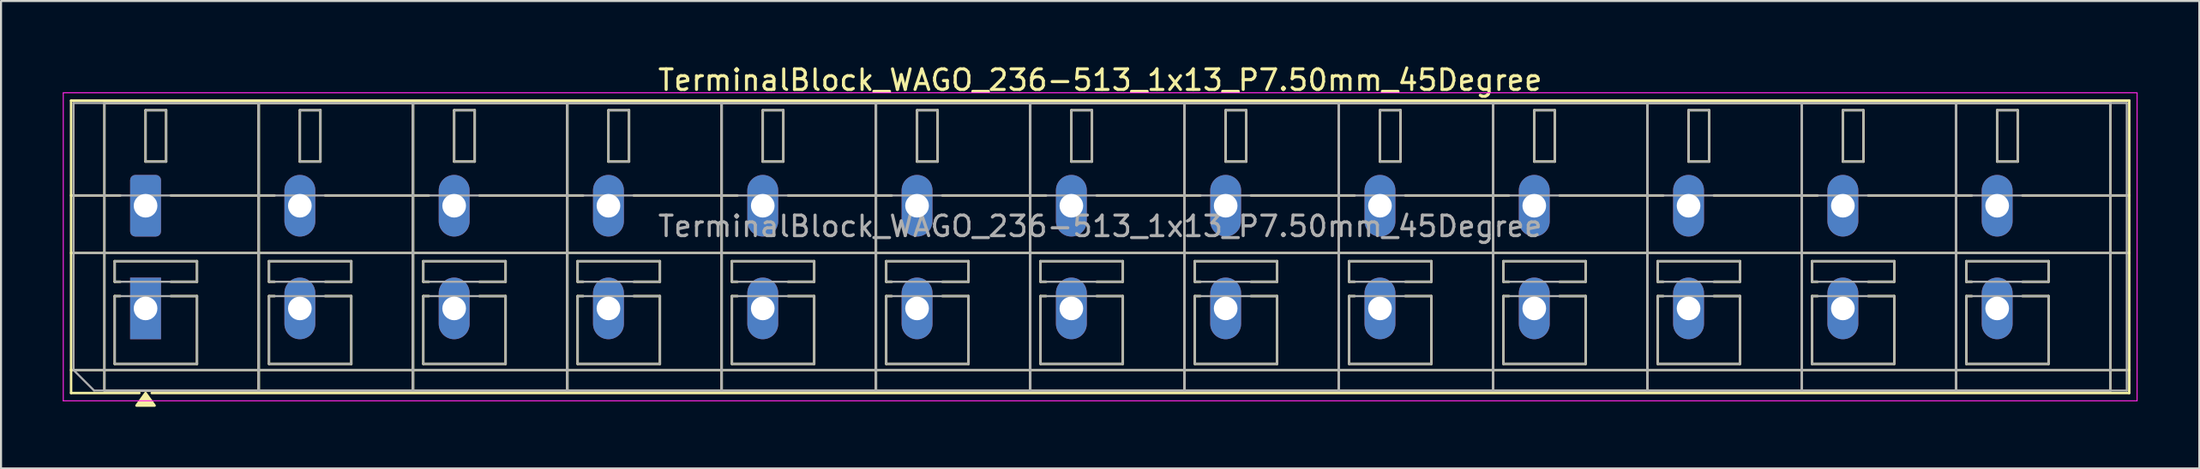
<source format=kicad_pcb>
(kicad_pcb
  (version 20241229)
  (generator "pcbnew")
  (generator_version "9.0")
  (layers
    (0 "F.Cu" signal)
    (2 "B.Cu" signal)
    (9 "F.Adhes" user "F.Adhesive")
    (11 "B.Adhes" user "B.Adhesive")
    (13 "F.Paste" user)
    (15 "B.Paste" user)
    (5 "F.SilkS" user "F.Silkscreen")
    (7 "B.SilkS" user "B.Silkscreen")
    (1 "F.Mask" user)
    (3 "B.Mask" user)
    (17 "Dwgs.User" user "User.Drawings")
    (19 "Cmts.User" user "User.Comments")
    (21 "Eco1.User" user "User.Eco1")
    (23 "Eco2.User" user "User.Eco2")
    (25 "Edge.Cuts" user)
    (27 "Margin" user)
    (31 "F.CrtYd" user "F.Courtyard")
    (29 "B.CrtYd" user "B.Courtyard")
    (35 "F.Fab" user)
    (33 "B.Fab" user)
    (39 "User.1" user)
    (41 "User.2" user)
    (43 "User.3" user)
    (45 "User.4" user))
  (footprint "TerminalBlock_WAGO_236-513_1x13_P7.50mm_45Degree"
    (layer "F.Cu")
    (at 4.025 6.968)
    (property "Reference" "TerminalBlock_WAGO_236-513_1x13_P7.50mm_45Degree" (at 46.4 -6.12 0) (layer "F.SilkS") (effects (font (size 1 1) (thickness 0.15))))
    (attr through_hole)
    (fp_line (start -3.62 -5.12) (end -3.62 9.12) (stroke (width 0.12) (type solid)) (layer "F.SilkS"))
    (fp_line (start -3.62 -5.12) (end 96.42 -5.12) (stroke (width 0.12) (type solid)) (layer "F.SilkS"))
    (fp_line (start -3.62 -0.5) (end -1.23 -0.5) (stroke (width 0.12) (type solid)) (layer "F.SilkS"))
    (fp_line (start -3.62 2.3) (end 96.42 2.3) (stroke (width 0.12) (type solid)) (layer "F.SilkS"))
    (fp_line (start -3.62 8) (end 96.42 8) (stroke (width 0.12) (type solid)) (layer "F.SilkS"))
    (fp_line (start -3.62 9.12) (end -0.3 9.12) (stroke (width 0.12) (type solid)) (layer "F.SilkS"))
    (fp_line (start -2 -5) (end -2 9) (stroke (width 0.12) (type solid)) (layer "F.SilkS"))
    (fp_line (start -2 -5) (end 5.5 -5) (stroke (width 0.12) (type solid)) (layer "F.SilkS"))
    (fp_line (start -2 9) (end 5.5 9) (stroke (width 0.12) (type solid)) (layer "F.SilkS"))
    (fp_line (start -1.5 2.7) (end -1.5 3.7) (stroke (width 0.12) (type solid)) (layer "F.SilkS"))
    (fp_line (start -1.5 2.7) (end 2.5 2.7) (stroke (width 0.12) (type solid)) (layer "F.SilkS"))
    (fp_line (start -1.5 3.7) (end -1.23 3.7) (stroke (width 0.12) (type solid)) (layer "F.SilkS"))
    (fp_line (start -1.5 4.4) (end -1.5 7.7) (stroke (width 0.12) (type solid)) (layer "F.SilkS"))
    (fp_line (start -1.5 4.4) (end -1.23 4.4) (stroke (width 0.12) (type solid)) (layer "F.SilkS"))
    (fp_line (start -1.5 7.7) (end 2.5 7.7) (stroke (width 0.12) (type solid)) (layer "F.SilkS"))
    (fp_line (start 0 -4.65) (end 0 -2.15) (stroke (width 0.12) (type solid)) (layer "F.SilkS"))
    (fp_line (start 0 -4.65) (end 1 -4.65) (stroke (width 0.12) (type solid)) (layer "F.SilkS"))
    (fp_line (start 0 -2.15) (end 1 -2.15) (stroke (width 0.12) (type solid)) (layer "F.SilkS"))
    (fp_line (start 0.3 9.12) (end 96.42 9.12) (stroke (width 0.12) (type solid)) (layer "F.SilkS"))
    (fp_line (start 1 -4.65) (end 1 -2.15) (stroke (width 0.12) (type solid)) (layer "F.SilkS"))
    (fp_line (start 1.23 -0.5) (end 6.27 -0.5) (stroke (width 0.12) (type solid)) (layer "F.SilkS"))
    (fp_line (start 1.23 3.7) (end 2.5 3.7) (stroke (width 0.12) (type solid)) (layer "F.SilkS"))
    (fp_line (start 1.23 4.4) (end 2.5 4.4) (stroke (width 0.12) (type solid)) (layer "F.SilkS"))
    (fp_line (start 2.5 2.7) (end 2.5 3.7) (stroke (width 0.12) (type solid)) (layer "F.SilkS"))
    (fp_line (start 2.5 4.4) (end 2.5 7.7) (stroke (width 0.12) (type solid)) (layer "F.SilkS"))
    (fp_line (start 5.5 -5) (end 5.5 9) (stroke (width 0.12) (type solid)) (layer "F.SilkS"))
    (fp_line (start 5.5 -5) (end 5.5 9) (stroke (width 0.12) (type solid)) (layer "F.SilkS"))
    (fp_line (start 5.5 -5) (end 13 -5) (stroke (width 0.12) (type solid)) (layer "F.SilkS"))
    (fp_line (start 5.5 9) (end 13 9) (stroke (width 0.12) (type solid)) (layer "F.SilkS"))
    (fp_line (start 6 2.7) (end 6 3.7) (stroke (width 0.12) (type solid)) (layer "F.SilkS"))
    (fp_line (start 6 2.7) (end 10 2.7) (stroke (width 0.12) (type solid)) (layer "F.SilkS"))
    (fp_line (start 6 3.7) (end 6.27 3.7) (stroke (width 0.12) (type solid)) (layer "F.SilkS"))
    (fp_line (start 6 4.4) (end 6 7.7) (stroke (width 0.12) (type solid)) (layer "F.SilkS"))
    (fp_line (start 6 4.4) (end 6.27 4.4) (stroke (width 0.12) (type solid)) (layer "F.SilkS"))
    (fp_line (start 6 7.7) (end 10 7.7) (stroke (width 0.12) (type solid)) (layer "F.SilkS"))
    (fp_line (start 7.5 -4.65) (end 7.5 -2.15) (stroke (width 0.12) (type solid)) (layer "F.SilkS"))
    (fp_line (start 7.5 -4.65) (end 8.5 -4.65) (stroke (width 0.12) (type solid)) (layer "F.SilkS"))
    (fp_line (start 7.5 -2.15) (end 8.5 -2.15) (stroke (width 0.12) (type solid)) (layer "F.SilkS"))
    (fp_line (start 8.5 -4.65) (end 8.5 -2.15) (stroke (width 0.12) (type solid)) (layer "F.SilkS"))
    (fp_line (start 8.73 -0.5) (end 13.77 -0.5) (stroke (width 0.12) (type solid)) (layer "F.SilkS"))
    (fp_line (start 8.73 3.7) (end 10 3.7) (stroke (width 0.12) (type solid)) (layer "F.SilkS"))
    (fp_line (start 8.73 4.4) (end 10 4.4) (stroke (width 0.12) (type solid)) (layer "F.SilkS"))
    (fp_line (start 10 2.7) (end 10 3.7) (stroke (width 0.12) (type solid)) (layer "F.SilkS"))
    (fp_line (start 10 4.4) (end 10 7.7) (stroke (width 0.12) (type solid)) (layer "F.SilkS"))
    (fp_line (start 13 -5) (end 13 9) (stroke (width 0.12) (type solid)) (layer "F.SilkS"))
    (fp_line (start 13 -5) (end 13 9) (stroke (width 0.12) (type solid)) (layer "F.SilkS"))
    (fp_line (start 13 -5) (end 20.5 -5) (stroke (width 0.12) (type solid)) (layer "F.SilkS"))
    (fp_line (start 13 9) (end 20.5 9) (stroke (width 0.12) (type solid)) (layer "F.SilkS"))
    (fp_line (start 13.5 2.7) (end 13.5 3.7) (stroke (width 0.12) (type solid)) (layer "F.SilkS"))
    (fp_line (start 13.5 2.7) (end 17.5 2.7) (stroke (width 0.12) (type solid)) (layer "F.SilkS"))
    (fp_line (start 13.5 3.7) (end 13.77 3.7) (stroke (width 0.12) (type solid)) (layer "F.SilkS"))
    (fp_line (start 13.5 4.4) (end 13.5 7.7) (stroke (width 0.12) (type solid)) (layer "F.SilkS"))
    (fp_line (start 13.5 4.4) (end 13.77 4.4) (stroke (width 0.12) (type solid)) (layer "F.SilkS"))
    (fp_line (start 13.5 7.7) (end 17.5 7.7) (stroke (width 0.12) (type solid)) (layer "F.SilkS"))
    (fp_line (start 15 -4.65) (end 15 -2.15) (stroke (width 0.12) (type solid)) (layer "F.SilkS"))
    (fp_line (start 15 -4.65) (end 16 -4.65) (stroke (width 0.12) (type solid)) (layer "F.SilkS"))
    (fp_line (start 15 -2.15) (end 16 -2.15) (stroke (width 0.12) (type solid)) (layer "F.SilkS"))
    (fp_line (start 16 -4.65) (end 16 -2.15) (stroke (width 0.12) (type solid)) (layer "F.SilkS"))
    (fp_line (start 16.23 -0.5) (end 21.27 -0.5) (stroke (width 0.12) (type solid)) (layer "F.SilkS"))
    (fp_line (start 16.23 3.7) (end 17.5 3.7) (stroke (width 0.12) (type solid)) (layer "F.SilkS"))
    (fp_line (start 16.23 4.4) (end 17.5 4.4) (stroke (width 0.12) (type solid)) (layer "F.SilkS"))
    (fp_line (start 17.5 2.7) (end 17.5 3.7) (stroke (width 0.12) (type solid)) (layer "F.SilkS"))
    (fp_line (start 17.5 4.4) (end 17.5 7.7) (stroke (width 0.12) (type solid)) (layer "F.SilkS"))
    (fp_line (start 20.5 -5) (end 20.5 9) (stroke (width 0.12) (type solid)) (layer "F.SilkS"))
    (fp_line (start 20.5 -5) (end 20.5 9) (stroke (width 0.12) (type solid)) (layer "F.SilkS"))
    (fp_line (start 20.5 -5) (end 28 -5) (stroke (width 0.12) (type solid)) (layer "F.SilkS"))
    (fp_line (start 20.5 9) (end 28 9) (stroke (width 0.12) (type solid)) (layer "F.SilkS"))
    (fp_line (start 21 2.7) (end 21 3.7) (stroke (width 0.12) (type solid)) (layer "F.SilkS"))
    (fp_line (start 21 2.7) (end 25 2.7) (stroke (width 0.12) (type solid)) (layer "F.SilkS"))
    (fp_line (start 21 3.7) (end 21.27 3.7) (stroke (width 0.12) (type solid)) (layer "F.SilkS"))
    (fp_line (start 21 4.4) (end 21 7.7) (stroke (width 0.12) (type solid)) (layer "F.SilkS"))
    (fp_line (start 21 4.4) (end 21.27 4.4) (stroke (width 0.12) (type solid)) (layer "F.SilkS"))
    (fp_line (start 21 7.7) (end 25 7.7) (stroke (width 0.12) (type solid)) (layer "F.SilkS"))
    (fp_line (start 22.5 -4.65) (end 22.5 -2.15) (stroke (width 0.12) (type solid)) (layer "F.SilkS"))
    (fp_line (start 22.5 -4.65) (end 23.5 -4.65) (stroke (width 0.12) (type solid)) (layer "F.SilkS"))
    (fp_line (start 22.5 -2.15) (end 23.5 -2.15) (stroke (width 0.12) (type solid)) (layer "F.SilkS"))
    (fp_line (start 23.5 -4.65) (end 23.5 -2.15) (stroke (width 0.12) (type solid)) (layer "F.SilkS"))
    (fp_line (start 23.73 -0.5) (end 28.77 -0.5) (stroke (width 0.12) (type solid)) (layer "F.SilkS"))
    (fp_line (start 23.73 3.7) (end 25 3.7) (stroke (width 0.12) (type solid)) (layer "F.SilkS"))
    (fp_line (start 23.73 4.4) (end 25 4.4) (stroke (width 0.12) (type solid)) (layer "F.SilkS"))
    (fp_line (start 25 2.7) (end 25 3.7) (stroke (width 0.12) (type solid)) (layer "F.SilkS"))
    (fp_line (start 25 4.4) (end 25 7.7) (stroke (width 0.12) (type solid)) (layer "F.SilkS"))
    (fp_line (start 28 -5) (end 28 9) (stroke (width 0.12) (type solid)) (layer "F.SilkS"))
    (fp_line (start 28 -5) (end 28 9) (stroke (width 0.12) (type solid)) (layer "F.SilkS"))
    (fp_line (start 28 -5) (end 35.5 -5) (stroke (width 0.12) (type solid)) (layer "F.SilkS"))
    (fp_line (start 28 9) (end 35.5 9) (stroke (width 0.12) (type solid)) (layer "F.SilkS"))
    (fp_line (start 28.5 2.7) (end 28.5 3.7) (stroke (width 0.12) (type solid)) (layer "F.SilkS"))
    (fp_line (start 28.5 2.7) (end 32.5 2.7) (stroke (width 0.12) (type solid)) (layer "F.SilkS"))
    (fp_line (start 28.5 3.7) (end 28.77 3.7) (stroke (width 0.12) (type solid)) (layer "F.SilkS"))
    (fp_line (start 28.5 4.4) (end 28.5 7.7) (stroke (width 0.12) (type solid)) (layer "F.SilkS"))
    (fp_line (start 28.5 4.4) (end 28.77 4.4) (stroke (width 0.12) (type solid)) (layer "F.SilkS"))
    (fp_line (start 28.5 7.7) (end 32.5 7.7) (stroke (width 0.12) (type solid)) (layer "F.SilkS"))
    (fp_line (start 30 -4.65) (end 30 -2.15) (stroke (width 0.12) (type solid)) (layer "F.SilkS"))
    (fp_line (start 30 -4.65) (end 31 -4.65) (stroke (width 0.12) (type solid)) (layer "F.SilkS"))
    (fp_line (start 30 -2.15) (end 31 -2.15) (stroke (width 0.12) (type solid)) (layer "F.SilkS"))
    (fp_line (start 31 -4.65) (end 31 -2.15) (stroke (width 0.12) (type solid)) (layer "F.SilkS"))
    (fp_line (start 31.23 -0.5) (end 36.27 -0.5) (stroke (width 0.12) (type solid)) (layer "F.SilkS"))
    (fp_line (start 31.23 3.7) (end 32.5 3.7) (stroke (width 0.12) (type solid)) (layer "F.SilkS"))
    (fp_line (start 31.23 4.4) (end 32.5 4.4) (stroke (width 0.12) (type solid)) (layer "F.SilkS"))
    (fp_line (start 32.5 2.7) (end 32.5 3.7) (stroke (width 0.12) (type solid)) (layer "F.SilkS"))
    (fp_line (start 32.5 4.4) (end 32.5 7.7) (stroke (width 0.12) (type solid)) (layer "F.SilkS"))
    (fp_line (start 35.5 -5) (end 35.5 9) (stroke (width 0.12) (type solid)) (layer "F.SilkS"))
    (fp_line (start 35.5 -5) (end 35.5 9) (stroke (width 0.12) (type solid)) (layer "F.SilkS"))
    (fp_line (start 35.5 -5) (end 43 -5) (stroke (width 0.12) (type solid)) (layer "F.SilkS"))
    (fp_line (start 35.5 9) (end 43 9) (stroke (width 0.12) (type solid)) (layer "F.SilkS"))
    (fp_line (start 36 2.7) (end 36 3.7) (stroke (width 0.12) (type solid)) (layer "F.SilkS"))
    (fp_line (start 36 2.7) (end 40 2.7) (stroke (width 0.12) (type solid)) (layer "F.SilkS"))
    (fp_line (start 36 3.7) (end 36.27 3.7) (stroke (width 0.12) (type solid)) (layer "F.SilkS"))
    (fp_line (start 36 4.4) (end 36 7.7) (stroke (width 0.12) (type solid)) (layer "F.SilkS"))
    (fp_line (start 36 4.4) (end 36.27 4.4) (stroke (width 0.12) (type solid)) (layer "F.SilkS"))
    (fp_line (start 36 7.7) (end 40 7.7) (stroke (width 0.12) (type solid)) (layer "F.SilkS"))
    (fp_line (start 37.5 -4.65) (end 37.5 -2.15) (stroke (width 0.12) (type solid)) (layer "F.SilkS"))
    (fp_line (start 37.5 -4.65) (end 38.5 -4.65) (stroke (width 0.12) (type solid)) (layer "F.SilkS"))
    (fp_line (start 37.5 -2.15) (end 38.5 -2.15) (stroke (width 0.12) (type solid)) (layer "F.SilkS"))
    (fp_line (start 38.5 -4.65) (end 38.5 -2.15) (stroke (width 0.12) (type solid)) (layer "F.SilkS"))
    (fp_line (start 38.73 -0.5) (end 43.77 -0.5) (stroke (width 0.12) (type solid)) (layer "F.SilkS"))
    (fp_line (start 38.73 3.7) (end 40 3.7) (stroke (width 0.12) (type solid)) (layer "F.SilkS"))
    (fp_line (start 38.73 4.4) (end 40 4.4) (stroke (width 0.12) (type solid)) (layer "F.SilkS"))
    (fp_line (start 40 2.7) (end 40 3.7) (stroke (width 0.12) (type solid)) (layer "F.SilkS"))
    (fp_line (start 40 4.4) (end 40 7.7) (stroke (width 0.12) (type solid)) (layer "F.SilkS"))
    (fp_line (start 43 -5) (end 43 9) (stroke (width 0.12) (type solid)) (layer "F.SilkS"))
    (fp_line (start 43 -5) (end 43 9) (stroke (width 0.12) (type solid)) (layer "F.SilkS"))
    (fp_line (start 43 -5) (end 50.5 -5) (stroke (width 0.12) (type solid)) (layer "F.SilkS"))
    (fp_line (start 43 9) (end 50.5 9) (stroke (width 0.12) (type solid)) (layer "F.SilkS"))
    (fp_line (start 43.5 2.7) (end 43.5 3.7) (stroke (width 0.12) (type solid)) (layer "F.SilkS"))
    (fp_line (start 43.5 2.7) (end 47.5 2.7) (stroke (width 0.12) (type solid)) (layer "F.SilkS"))
    (fp_line (start 43.5 3.7) (end 43.77 3.7) (stroke (width 0.12) (type solid)) (layer "F.SilkS"))
    (fp_line (start 43.5 4.4) (end 43.5 7.7) (stroke (width 0.12) (type solid)) (layer "F.SilkS"))
    (fp_line (start 43.5 4.4) (end 43.77 4.4) (stroke (width 0.12) (type solid)) (layer "F.SilkS"))
    (fp_line (start 43.5 7.7) (end 47.5 7.7) (stroke (width 0.12) (type solid)) (layer "F.SilkS"))
    (fp_line (start 45 -4.65) (end 45 -2.15) (stroke (width 0.12) (type solid)) (layer "F.SilkS"))
    (fp_line (start 45 -4.65) (end 46 -4.65) (stroke (width 0.12) (type solid)) (layer "F.SilkS"))
    (fp_line (start 45 -2.15) (end 46 -2.15) (stroke (width 0.12) (type solid)) (layer "F.SilkS"))
    (fp_line (start 46 -4.65) (end 46 -2.15) (stroke (width 0.12) (type solid)) (layer "F.SilkS"))
    (fp_line (start 46.23 -0.5) (end 51.27 -0.5) (stroke (width 0.12) (type solid)) (layer "F.SilkS"))
    (fp_line (start 46.23 3.7) (end 47.5 3.7) (stroke (width 0.12) (type solid)) (layer "F.SilkS"))
    (fp_line (start 46.23 4.4) (end 47.5 4.4) (stroke (width 0.12) (type solid)) (layer "F.SilkS"))
    (fp_line (start 47.5 2.7) (end 47.5 3.7) (stroke (width 0.12) (type solid)) (layer "F.SilkS"))
    (fp_line (start 47.5 4.4) (end 47.5 7.7) (stroke (width 0.12) (type solid)) (layer "F.SilkS"))
    (fp_line (start 50.5 -5) (end 50.5 9) (stroke (width 0.12) (type solid)) (layer "F.SilkS"))
    (fp_line (start 50.5 -5) (end 50.5 9) (stroke (width 0.12) (type solid)) (layer "F.SilkS"))
    (fp_line (start 50.5 -5) (end 58 -5) (stroke (width 0.12) (type solid)) (layer "F.SilkS"))
    (fp_line (start 50.5 9) (end 58 9) (stroke (width 0.12) (type solid)) (layer "F.SilkS"))
    (fp_line (start 51 2.7) (end 51 3.7) (stroke (width 0.12) (type solid)) (layer "F.SilkS"))
    (fp_line (start 51 2.7) (end 55 2.7) (stroke (width 0.12) (type solid)) (layer "F.SilkS"))
    (fp_line (start 51 3.7) (end 51.27 3.7) (stroke (width 0.12) (type solid)) (layer "F.SilkS"))
    (fp_line (start 51 4.4) (end 51 7.7) (stroke (width 0.12) (type solid)) (layer "F.SilkS"))
    (fp_line (start 51 4.4) (end 51.27 4.4) (stroke (width 0.12) (type solid)) (layer "F.SilkS"))
    (fp_line (start 51 7.7) (end 55 7.7) (stroke (width 0.12) (type solid)) (layer "F.SilkS"))
    (fp_line (start 52.5 -4.65) (end 52.5 -2.15) (stroke (width 0.12) (type solid)) (layer "F.SilkS"))
    (fp_line (start 52.5 -4.65) (end 53.5 -4.65) (stroke (width 0.12) (type solid)) (layer "F.SilkS"))
    (fp_line (start 52.5 -2.15) (end 53.5 -2.15) (stroke (width 0.12) (type solid)) (layer "F.SilkS"))
    (fp_line (start 53.5 -4.65) (end 53.5 -2.15) (stroke (width 0.12) (type solid)) (layer "F.SilkS"))
    (fp_line (start 53.73 -0.5) (end 58.77 -0.5) (stroke (width 0.12) (type solid)) (layer "F.SilkS"))
    (fp_line (start 53.73 3.7) (end 55 3.7) (stroke (width 0.12) (type solid)) (layer "F.SilkS"))
    (fp_line (start 53.73 4.4) (end 55 4.4) (stroke (width 0.12) (type solid)) (layer "F.SilkS"))
    (fp_line (start 55 2.7) (end 55 3.7) (stroke (width 0.12) (type solid)) (layer "F.SilkS"))
    (fp_line (start 55 4.4) (end 55 7.7) (stroke (width 0.12) (type solid)) (layer "F.SilkS"))
    (fp_line (start 58 -5) (end 58 9) (stroke (width 0.12) (type solid)) (layer "F.SilkS"))
    (fp_line (start 58 -5) (end 58 9) (stroke (width 0.12) (type solid)) (layer "F.SilkS"))
    (fp_line (start 58 -5) (end 65.5 -5) (stroke (width 0.12) (type solid)) (layer "F.SilkS"))
    (fp_line (start 58 9) (end 65.5 9) (stroke (width 0.12) (type solid)) (layer "F.SilkS"))
    (fp_line (start 58.5 2.7) (end 58.5 3.7) (stroke (width 0.12) (type solid)) (layer "F.SilkS"))
    (fp_line (start 58.5 2.7) (end 62.5 2.7) (stroke (width 0.12) (type solid)) (layer "F.SilkS"))
    (fp_line (start 58.5 3.7) (end 58.77 3.7) (stroke (width 0.12) (type solid)) (layer "F.SilkS"))
    (fp_line (start 58.5 4.4) (end 58.5 7.7) (stroke (width 0.12) (type solid)) (layer "F.SilkS"))
    (fp_line (start 58.5 4.4) (end 58.77 4.4) (stroke (width 0.12) (type solid)) (layer "F.SilkS"))
    (fp_line (start 58.5 7.7) (end 62.5 7.7) (stroke (width 0.12) (type solid)) (layer "F.SilkS"))
    (fp_line (start 60 -4.65) (end 60 -2.15) (stroke (width 0.12) (type solid)) (layer "F.SilkS"))
    (fp_line (start 60 -4.65) (end 61 -4.65) (stroke (width 0.12) (type solid)) (layer "F.SilkS"))
    (fp_line (start 60 -2.15) (end 61 -2.15) (stroke (width 0.12) (type solid)) (layer "F.SilkS"))
    (fp_line (start 61 -4.65) (end 61 -2.15) (stroke (width 0.12) (type solid)) (layer "F.SilkS"))
    (fp_line (start 61.23 -0.5) (end 66.27 -0.5) (stroke (width 0.12) (type solid)) (layer "F.SilkS"))
    (fp_line (start 61.23 3.7) (end 62.5 3.7) (stroke (width 0.12) (type solid)) (layer "F.SilkS"))
    (fp_line (start 61.23 4.4) (end 62.5 4.4) (stroke (width 0.12) (type solid)) (layer "F.SilkS"))
    (fp_line (start 62.5 2.7) (end 62.5 3.7) (stroke (width 0.12) (type solid)) (layer "F.SilkS"))
    (fp_line (start 62.5 4.4) (end 62.5 7.7) (stroke (width 0.12) (type solid)) (layer "F.SilkS"))
    (fp_line (start 65.5 -5) (end 65.5 9) (stroke (width 0.12) (type solid)) (layer "F.SilkS"))
    (fp_line (start 65.5 -5) (end 65.5 9) (stroke (width 0.12) (type solid)) (layer "F.SilkS"))
    (fp_line (start 65.5 -5) (end 73 -5) (stroke (width 0.12) (type solid)) (layer "F.SilkS"))
    (fp_line (start 65.5 9) (end 73 9) (stroke (width 0.12) (type solid)) (layer "F.SilkS"))
    (fp_line (start 66 2.7) (end 66 3.7) (stroke (width 0.12) (type solid)) (layer "F.SilkS"))
    (fp_line (start 66 2.7) (end 70 2.7) (stroke (width 0.12) (type solid)) (layer "F.SilkS"))
    (fp_line (start 66 3.7) (end 66.27 3.7) (stroke (width 0.12) (type solid)) (layer "F.SilkS"))
    (fp_line (start 66 4.4) (end 66 7.7) (stroke (width 0.12) (type solid)) (layer "F.SilkS"))
    (fp_line (start 66 4.4) (end 66.27 4.4) (stroke (width 0.12) (type solid)) (layer "F.SilkS"))
    (fp_line (start 66 7.7) (end 70 7.7) (stroke (width 0.12) (type solid)) (layer "F.SilkS"))
    (fp_line (start 67.5 -4.65) (end 67.5 -2.15) (stroke (width 0.12) (type solid)) (layer "F.SilkS"))
    (fp_line (start 67.5 -4.65) (end 68.5 -4.65) (stroke (width 0.12) (type solid)) (layer "F.SilkS"))
    (fp_line (start 67.5 -2.15) (end 68.5 -2.15) (stroke (width 0.12) (type solid)) (layer "F.SilkS"))
    (fp_line (start 68.5 -4.65) (end 68.5 -2.15) (stroke (width 0.12) (type solid)) (layer "F.SilkS"))
    (fp_line (start 68.73 -0.5) (end 73.77 -0.5) (stroke (width 0.12) (type solid)) (layer "F.SilkS"))
    (fp_line (start 68.73 3.7) (end 70 3.7) (stroke (width 0.12) (type solid)) (layer "F.SilkS"))
    (fp_line (start 68.73 4.4) (end 70 4.4) (stroke (width 0.12) (type solid)) (layer "F.SilkS"))
    (fp_line (start 70 2.7) (end 70 3.7) (stroke (width 0.12) (type solid)) (layer "F.SilkS"))
    (fp_line (start 70 4.4) (end 70 7.7) (stroke (width 0.12) (type solid)) (layer "F.SilkS"))
    (fp_line (start 73 -5) (end 73 9) (stroke (width 0.12) (type solid)) (layer "F.SilkS"))
    (fp_line (start 73 -5) (end 73 9) (stroke (width 0.12) (type solid)) (layer "F.SilkS"))
    (fp_line (start 73 -5) (end 80.5 -5) (stroke (width 0.12) (type solid)) (layer "F.SilkS"))
    (fp_line (start 73 9) (end 80.5 9) (stroke (width 0.12) (type solid)) (layer "F.SilkS"))
    (fp_line (start 73.5 2.7) (end 73.5 3.7) (stroke (width 0.12) (type solid)) (layer "F.SilkS"))
    (fp_line (start 73.5 2.7) (end 77.5 2.7) (stroke (width 0.12) (type solid)) (layer "F.SilkS"))
    (fp_line (start 73.5 3.7) (end 73.77 3.7) (stroke (width 0.12) (type solid)) (layer "F.SilkS"))
    (fp_line (start 73.5 4.4) (end 73.5 7.7) (stroke (width 0.12) (type solid)) (layer "F.SilkS"))
    (fp_line (start 73.5 4.4) (end 73.77 4.4) (stroke (width 0.12) (type solid)) (layer "F.SilkS"))
    (fp_line (start 73.5 7.7) (end 77.5 7.7) (stroke (width 0.12) (type solid)) (layer "F.SilkS"))
    (fp_line (start 75 -4.65) (end 75 -2.15) (stroke (width 0.12) (type solid)) (layer "F.SilkS"))
    (fp_line (start 75 -4.65) (end 76 -4.65) (stroke (width 0.12) (type solid)) (layer "F.SilkS"))
    (fp_line (start 75 -2.15) (end 76 -2.15) (stroke (width 0.12) (type solid)) (layer "F.SilkS"))
    (fp_line (start 76 -4.65) (end 76 -2.15) (stroke (width 0.12) (type solid)) (layer "F.SilkS"))
    (fp_line (start 76.23 -0.5) (end 81.27 -0.5) (stroke (width 0.12) (type solid)) (layer "F.SilkS"))
    (fp_line (start 76.23 3.7) (end 77.5 3.7) (stroke (width 0.12) (type solid)) (layer "F.SilkS"))
    (fp_line (start 76.23 4.4) (end 77.5 4.4) (stroke (width 0.12) (type solid)) (layer "F.SilkS"))
    (fp_line (start 77.5 2.7) (end 77.5 3.7) (stroke (width 0.12) (type solid)) (layer "F.SilkS"))
    (fp_line (start 77.5 4.4) (end 77.5 7.7) (stroke (width 0.12) (type solid)) (layer "F.SilkS"))
    (fp_line (start 80.5 -5) (end 80.5 9) (stroke (width 0.12) (type solid)) (layer "F.SilkS"))
    (fp_line (start 80.5 -5) (end 80.5 9) (stroke (width 0.12) (type solid)) (layer "F.SilkS"))
    (fp_line (start 80.5 -5) (end 88 -5) (stroke (width 0.12) (type solid)) (layer "F.SilkS"))
    (fp_line (start 80.5 9) (end 88 9) (stroke (width 0.12) (type solid)) (layer "F.SilkS"))
    (fp_line (start 81 2.7) (end 81 3.7) (stroke (width 0.12) (type solid)) (layer "F.SilkS"))
    (fp_line (start 81 2.7) (end 85 2.7) (stroke (width 0.12) (type solid)) (layer "F.SilkS"))
    (fp_line (start 81 3.7) (end 81.27 3.7) (stroke (width 0.12) (type solid)) (layer "F.SilkS"))
    (fp_line (start 81 4.4) (end 81 7.7) (stroke (width 0.12) (type solid)) (layer "F.SilkS"))
    (fp_line (start 81 4.4) (end 81.27 4.4) (stroke (width 0.12) (type solid)) (layer "F.SilkS"))
    (fp_line (start 81 7.7) (end 85 7.7) (stroke (width 0.12) (type solid)) (layer "F.SilkS"))
    (fp_line (start 82.5 -4.65) (end 82.5 -2.15) (stroke (width 0.12) (type solid)) (layer "F.SilkS"))
    (fp_line (start 82.5 -4.65) (end 83.5 -4.65) (stroke (width 0.12) (type solid)) (layer "F.SilkS"))
    (fp_line (start 82.5 -2.15) (end 83.5 -2.15) (stroke (width 0.12) (type solid)) (layer "F.SilkS"))
    (fp_line (start 83.5 -4.65) (end 83.5 -2.15) (stroke (width 0.12) (type solid)) (layer "F.SilkS"))
    (fp_line (start 83.73 -0.5) (end 88.77 -0.5) (stroke (width 0.12) (type solid)) (layer "F.SilkS"))
    (fp_line (start 83.73 3.7) (end 85 3.7) (stroke (width 0.12) (type solid)) (layer "F.SilkS"))
    (fp_line (start 83.73 4.4) (end 85 4.4) (stroke (width 0.12) (type solid)) (layer "F.SilkS"))
    (fp_line (start 85 2.7) (end 85 3.7) (stroke (width 0.12) (type solid)) (layer "F.SilkS"))
    (fp_line (start 85 4.4) (end 85 7.7) (stroke (width 0.12) (type solid)) (layer "F.SilkS"))
    (fp_line (start 88 -5) (end 88 9) (stroke (width 0.12) (type solid)) (layer "F.SilkS"))
    (fp_line (start 88 -5) (end 88 9) (stroke (width 0.12) (type solid)) (layer "F.SilkS"))
    (fp_line (start 88 -5) (end 95.5 -5) (stroke (width 0.12) (type solid)) (layer "F.SilkS"))
    (fp_line (start 88 9) (end 95.5 9) (stroke (width 0.12) (type solid)) (layer "F.SilkS"))
    (fp_line (start 88.5 2.7) (end 88.5 3.7) (stroke (width 0.12) (type solid)) (layer "F.SilkS"))
    (fp_line (start 88.5 2.7) (end 92.5 2.7) (stroke (width 0.12) (type solid)) (layer "F.SilkS"))
    (fp_line (start 88.5 3.7) (end 88.77 3.7) (stroke (width 0.12) (type solid)) (layer "F.SilkS"))
    (fp_line (start 88.5 4.4) (end 88.5 7.7) (stroke (width 0.12) (type solid)) (layer "F.SilkS"))
    (fp_line (start 88.5 4.4) (end 88.77 4.4) (stroke (width 0.12) (type solid)) (layer "F.SilkS"))
    (fp_line (start 88.5 7.7) (end 92.5 7.7) (stroke (width 0.12) (type solid)) (layer "F.SilkS"))
    (fp_line (start 90 -4.65) (end 90 -2.15) (stroke (width 0.12) (type solid)) (layer "F.SilkS"))
    (fp_line (start 90 -4.65) (end 91 -4.65) (stroke (width 0.12) (type solid)) (layer "F.SilkS"))
    (fp_line (start 90 -2.15) (end 91 -2.15) (stroke (width 0.12) (type solid)) (layer "F.SilkS"))
    (fp_line (start 91 -4.65) (end 91 -2.15) (stroke (width 0.12) (type solid)) (layer "F.SilkS"))
    (fp_line (start 91.23 -0.5) (end 96.42 -0.5) (stroke (width 0.12) (type solid)) (layer "F.SilkS"))
    (fp_line (start 91.23 3.7) (end 92.5 3.7) (stroke (width 0.12) (type solid)) (layer "F.SilkS"))
    (fp_line (start 91.23 4.4) (end 92.5 4.4) (stroke (width 0.12) (type solid)) (layer "F.SilkS"))
    (fp_line (start 92.5 2.7) (end 92.5 3.7) (stroke (width 0.12) (type solid)) (layer "F.SilkS"))
    (fp_line (start 92.5 4.4) (end 92.5 7.7) (stroke (width 0.12) (type solid)) (layer "F.SilkS"))
    (fp_line (start 95.5 -5) (end 95.5 9) (stroke (width 0.12) (type solid)) (layer "F.SilkS"))
    (fp_line (start 96.42 -5.12) (end 96.42 9.12) (stroke (width 0.12) (type solid)) (layer "F.SilkS"))
    (fp_poly (pts (xy 0 9.12) (xy 0.44 9.73) (xy -0.44 9.73)) (stroke (width 0.12) (type solid)) (fill yes) (layer "F.SilkS"))
    (fp_line (start -4 -5.5) (end -4 9.5) (stroke (width 0.05) (type solid)) (layer "F.CrtYd"))
    (fp_line (start -4 9.5) (end 96.8 9.5) (stroke (width 0.05) (type solid)) (layer "F.CrtYd"))
    (fp_line (start 96.8 -5.5) (end -4 -5.5) (stroke (width 0.05) (type solid)) (layer "F.CrtYd"))
    (fp_line (start 96.8 9.5) (end 96.8 -5.5) (stroke (width 0.05) (type solid)) (layer "F.CrtYd"))
    (fp_line (start -3.5 -5) (end 96.3 -5) (stroke (width 0.1) (type solid)) (layer "F.Fab"))
    (fp_line (start -3.5 -0.5) (end 96.3 -0.5) (stroke (width 0.1) (type solid)) (layer "F.Fab"))
    (fp_line (start -3.5 2.3) (end 96.3 2.3) (stroke (width 0.1) (type solid)) (layer "F.Fab"))
    (fp_line (start -3.5 8) (end -3.5 -5) (stroke (width 0.1) (type solid)) (layer "F.Fab"))
    (fp_line (start -3.5 8) (end 96.3 8) (stroke (width 0.1) (type solid)) (layer "F.Fab"))
    (fp_line (start -2.5 9) (end -3.5 8) (stroke (width 0.1) (type solid)) (layer "F.Fab"))
    (fp_line (start -2 -5) (end -2 9) (stroke (width 0.1) (type solid)) (layer "F.Fab"))
    (fp_line (start -2 9) (end 5.5 9) (stroke (width 0.1) (type solid)) (layer "F.Fab"))
    (fp_line (start -1.5 2.7) (end -1.5 3.7) (stroke (width 0.1) (type solid)) (layer "F.Fab"))
    (fp_line (start -1.5 3.7) (end 2.5 3.7) (stroke (width 0.1) (type solid)) (layer "F.Fab"))
    (fp_line (start -1.5 4.4) (end -1.5 7.7) (stroke (width 0.1) (type solid)) (layer "F.Fab"))
    (fp_line (start -1.5 7.7) (end 2.5 7.7) (stroke (width 0.1) (type solid)) (layer "F.Fab"))
    (fp_line (start 0 -4.65) (end 0 -2.15) (stroke (width 0.1) (type solid)) (layer "F.Fab"))
    (fp_line (start 0 -2.15) (end 1 -2.15) (stroke (width 0.1) (type solid)) (layer "F.Fab"))
    (fp_line (start 1 -4.65) (end 0 -4.65) (stroke (width 0.1) (type solid)) (layer "F.Fab"))
    (fp_line (start 1 -2.15) (end 1 -4.65) (stroke (width 0.1) (type solid)) (layer "F.Fab"))
    (fp_line (start 2.5 2.7) (end -1.5 2.7) (stroke (width 0.1) (type solid)) (layer "F.Fab"))
    (fp_line (start 2.5 3.7) (end 2.5 2.7) (stroke (width 0.1) (type solid)) (layer "F.Fab"))
    (fp_line (start 2.5 4.4) (end -1.5 4.4) (stroke (width 0.1) (type solid)) (layer "F.Fab"))
    (fp_line (start 2.5 7.7) (end 2.5 4.4) (stroke (width 0.1) (type solid)) (layer "F.Fab"))
    (fp_line (start 5.5 -5) (end -2 -5) (stroke (width 0.1) (type solid)) (layer "F.Fab"))
    (fp_line (start 5.5 -5) (end 5.5 9) (stroke (width 0.1) (type solid)) (layer "F.Fab"))
    (fp_line (start 5.5 9) (end 5.5 -5) (stroke (width 0.1) (type solid)) (layer "F.Fab"))
    (fp_line (start 5.5 9) (end 13 9) (stroke (width 0.1) (type solid)) (layer "F.Fab"))
    (fp_line (start 6 2.7) (end 6 3.7) (stroke (width 0.1) (type solid)) (layer "F.Fab"))
    (fp_line (start 6 3.7) (end 10 3.7) (stroke (width 0.1) (type solid)) (layer "F.Fab"))
    (fp_line (start 6 4.4) (end 6 7.7) (stroke (width 0.1) (type solid)) (layer "F.Fab"))
    (fp_line (start 6 7.7) (end 10 7.7) (stroke (width 0.1) (type solid)) (layer "F.Fab"))
    (fp_line (start 7.5 -4.65) (end 7.5 -2.15) (stroke (width 0.1) (type solid)) (layer "F.Fab"))
    (fp_line (start 7.5 -2.15) (end 8.5 -2.15) (stroke (width 0.1) (type solid)) (layer "F.Fab"))
    (fp_line (start 8.5 -4.65) (end 7.5 -4.65) (stroke (width 0.1) (type solid)) (layer "F.Fab"))
    (fp_line (start 8.5 -2.15) (end 8.5 -4.65) (stroke (width 0.1) (type solid)) (layer "F.Fab"))
    (fp_line (start 10 2.7) (end 6 2.7) (stroke (width 0.1) (type solid)) (layer "F.Fab"))
    (fp_line (start 10 3.7) (end 10 2.7) (stroke (width 0.1) (type solid)) (layer "F.Fab"))
    (fp_line (start 10 4.4) (end 6 4.4) (stroke (width 0.1) (type solid)) (layer "F.Fab"))
    (fp_line (start 10 7.7) (end 10 4.4) (stroke (width 0.1) (type solid)) (layer "F.Fab"))
    (fp_line (start 13 -5) (end 5.5 -5) (stroke (width 0.1) (type solid)) (layer "F.Fab"))
    (fp_line (start 13 -5) (end 13 9) (stroke (width 0.1) (type solid)) (layer "F.Fab"))
    (fp_line (start 13 9) (end 13 -5) (stroke (width 0.1) (type solid)) (layer "F.Fab"))
    (fp_line (start 13 9) (end 20.5 9) (stroke (width 0.1) (type solid)) (layer "F.Fab"))
    (fp_line (start 13.5 2.7) (end 13.5 3.7) (stroke (width 0.1) (type solid)) (layer "F.Fab"))
    (fp_line (start 13.5 3.7) (end 17.5 3.7) (stroke (width 0.1) (type solid)) (layer "F.Fab"))
    (fp_line (start 13.5 4.4) (end 13.5 7.7) (stroke (width 0.1) (type solid)) (layer "F.Fab"))
    (fp_line (start 13.5 7.7) (end 17.5 7.7) (stroke (width 0.1) (type solid)) (layer "F.Fab"))
    (fp_line (start 15 -4.65) (end 15 -2.15) (stroke (width 0.1) (type solid)) (layer "F.Fab"))
    (fp_line (start 15 -2.15) (end 16 -2.15) (stroke (width 0.1) (type solid)) (layer "F.Fab"))
    (fp_line (start 16 -4.65) (end 15 -4.65) (stroke (width 0.1) (type solid)) (layer "F.Fab"))
    (fp_line (start 16 -2.15) (end 16 -4.65) (stroke (width 0.1) (type solid)) (layer "F.Fab"))
    (fp_line (start 17.5 2.7) (end 13.5 2.7) (stroke (width 0.1) (type solid)) (layer "F.Fab"))
    (fp_line (start 17.5 3.7) (end 17.5 2.7) (stroke (width 0.1) (type solid)) (layer "F.Fab"))
    (fp_line (start 17.5 4.4) (end 13.5 4.4) (stroke (width 0.1) (type solid)) (layer "F.Fab"))
    (fp_line (start 17.5 7.7) (end 17.5 4.4) (stroke (width 0.1) (type solid)) (layer "F.Fab"))
    (fp_line (start 20.5 -5) (end 13 -5) (stroke (width 0.1) (type solid)) (layer "F.Fab"))
    (fp_line (start 20.5 -5) (end 20.5 9) (stroke (width 0.1) (type solid)) (layer "F.Fab"))
    (fp_line (start 20.5 9) (end 20.5 -5) (stroke (width 0.1) (type solid)) (layer "F.Fab"))
    (fp_line (start 20.5 9) (end 28 9) (stroke (width 0.1) (type solid)) (layer "F.Fab"))
    (fp_line (start 21 2.7) (end 21 3.7) (stroke (width 0.1) (type solid)) (layer "F.Fab"))
    (fp_line (start 21 3.7) (end 25 3.7) (stroke (width 0.1) (type solid)) (layer "F.Fab"))
    (fp_line (start 21 4.4) (end 21 7.7) (stroke (width 0.1) (type solid)) (layer "F.Fab"))
    (fp_line (start 21 7.7) (end 25 7.7) (stroke (width 0.1) (type solid)) (layer "F.Fab"))
    (fp_line (start 22.5 -4.65) (end 22.5 -2.15) (stroke (width 0.1) (type solid)) (layer "F.Fab"))
    (fp_line (start 22.5 -2.15) (end 23.5 -2.15) (stroke (width 0.1) (type solid)) (layer "F.Fab"))
    (fp_line (start 23.5 -4.65) (end 22.5 -4.65) (stroke (width 0.1) (type solid)) (layer "F.Fab"))
    (fp_line (start 23.5 -2.15) (end 23.5 -4.65) (stroke (width 0.1) (type solid)) (layer "F.Fab"))
    (fp_line (start 25 2.7) (end 21 2.7) (stroke (width 0.1) (type solid)) (layer "F.Fab"))
    (fp_line (start 25 3.7) (end 25 2.7) (stroke (width 0.1) (type solid)) (layer "F.Fab"))
    (fp_line (start 25 4.4) (end 21 4.4) (stroke (width 0.1) (type solid)) (layer "F.Fab"))
    (fp_line (start 25 7.7) (end 25 4.4) (stroke (width 0.1) (type solid)) (layer "F.Fab"))
    (fp_line (start 28 -5) (end 20.5 -5) (stroke (width 0.1) (type solid)) (layer "F.Fab"))
    (fp_line (start 28 -5) (end 28 9) (stroke (width 0.1) (type solid)) (layer "F.Fab"))
    (fp_line (start 28 9) (end 28 -5) (stroke (width 0.1) (type solid)) (layer "F.Fab"))
    (fp_line (start 28 9) (end 35.5 9) (stroke (width 0.1) (type solid)) (layer "F.Fab"))
    (fp_line (start 28.5 2.7) (end 28.5 3.7) (stroke (width 0.1) (type solid)) (layer "F.Fab"))
    (fp_line (start 28.5 3.7) (end 32.5 3.7) (stroke (width 0.1) (type solid)) (layer "F.Fab"))
    (fp_line (start 28.5 4.4) (end 28.5 7.7) (stroke (width 0.1) (type solid)) (layer "F.Fab"))
    (fp_line (start 28.5 7.7) (end 32.5 7.7) (stroke (width 0.1) (type solid)) (layer "F.Fab"))
    (fp_line (start 30 -4.65) (end 30 -2.15) (stroke (width 0.1) (type solid)) (layer "F.Fab"))
    (fp_line (start 30 -2.15) (end 31 -2.15) (stroke (width 0.1) (type solid)) (layer "F.Fab"))
    (fp_line (start 31 -4.65) (end 30 -4.65) (stroke (width 0.1) (type solid)) (layer "F.Fab"))
    (fp_line (start 31 -2.15) (end 31 -4.65) (stroke (width 0.1) (type solid)) (layer "F.Fab"))
    (fp_line (start 32.5 2.7) (end 28.5 2.7) (stroke (width 0.1) (type solid)) (layer "F.Fab"))
    (fp_line (start 32.5 3.7) (end 32.5 2.7) (stroke (width 0.1) (type solid)) (layer "F.Fab"))
    (fp_line (start 32.5 4.4) (end 28.5 4.4) (stroke (width 0.1) (type solid)) (layer "F.Fab"))
    (fp_line (start 32.5 7.7) (end 32.5 4.4) (stroke (width 0.1) (type solid)) (layer "F.Fab"))
    (fp_line (start 35.5 -5) (end 28 -5) (stroke (width 0.1) (type solid)) (layer "F.Fab"))
    (fp_line (start 35.5 -5) (end 35.5 9) (stroke (width 0.1) (type solid)) (layer "F.Fab"))
    (fp_line (start 35.5 9) (end 35.5 -5) (stroke (width 0.1) (type solid)) (layer "F.Fab"))
    (fp_line (start 35.5 9) (end 43 9) (stroke (width 0.1) (type solid)) (layer "F.Fab"))
    (fp_line (start 36 2.7) (end 36 3.7) (stroke (width 0.1) (type solid)) (layer "F.Fab"))
    (fp_line (start 36 3.7) (end 40 3.7) (stroke (width 0.1) (type solid)) (layer "F.Fab"))
    (fp_line (start 36 4.4) (end 36 7.7) (stroke (width 0.1) (type solid)) (layer "F.Fab"))
    (fp_line (start 36 7.7) (end 40 7.7) (stroke (width 0.1) (type solid)) (layer "F.Fab"))
    (fp_line (start 37.5 -4.65) (end 37.5 -2.15) (stroke (width 0.1) (type solid)) (layer "F.Fab"))
    (fp_line (start 37.5 -2.15) (end 38.5 -2.15) (stroke (width 0.1) (type solid)) (layer "F.Fab"))
    (fp_line (start 38.5 -4.65) (end 37.5 -4.65) (stroke (width 0.1) (type solid)) (layer "F.Fab"))
    (fp_line (start 38.5 -2.15) (end 38.5 -4.65) (stroke (width 0.1) (type solid)) (layer "F.Fab"))
    (fp_line (start 40 2.7) (end 36 2.7) (stroke (width 0.1) (type solid)) (layer "F.Fab"))
    (fp_line (start 40 3.7) (end 40 2.7) (stroke (width 0.1) (type solid)) (layer "F.Fab"))
    (fp_line (start 40 4.4) (end 36 4.4) (stroke (width 0.1) (type solid)) (layer "F.Fab"))
    (fp_line (start 40 7.7) (end 40 4.4) (stroke (width 0.1) (type solid)) (layer "F.Fab"))
    (fp_line (start 43 -5) (end 35.5 -5) (stroke (width 0.1) (type solid)) (layer "F.Fab"))
    (fp_line (start 43 -5) (end 43 9) (stroke (width 0.1) (type solid)) (layer "F.Fab"))
    (fp_line (start 43 9) (end 43 -5) (stroke (width 0.1) (type solid)) (layer "F.Fab"))
    (fp_line (start 43 9) (end 50.5 9) (stroke (width 0.1) (type solid)) (layer "F.Fab"))
    (fp_line (start 43.5 2.7) (end 43.5 3.7) (stroke (width 0.1) (type solid)) (layer "F.Fab"))
    (fp_line (start 43.5 3.7) (end 47.5 3.7) (stroke (width 0.1) (type solid)) (layer "F.Fab"))
    (fp_line (start 43.5 4.4) (end 43.5 7.7) (stroke (width 0.1) (type solid)) (layer "F.Fab"))
    (fp_line (start 43.5 7.7) (end 47.5 7.7) (stroke (width 0.1) (type solid)) (layer "F.Fab"))
    (fp_line (start 45 -4.65) (end 45 -2.15) (stroke (width 0.1) (type solid)) (layer "F.Fab"))
    (fp_line (start 45 -2.15) (end 46 -2.15) (stroke (width 0.1) (type solid)) (layer "F.Fab"))
    (fp_line (start 46 -4.65) (end 45 -4.65) (stroke (width 0.1) (type solid)) (layer "F.Fab"))
    (fp_line (start 46 -2.15) (end 46 -4.65) (stroke (width 0.1) (type solid)) (layer "F.Fab"))
    (fp_line (start 47.5 2.7) (end 43.5 2.7) (stroke (width 0.1) (type solid)) (layer "F.Fab"))
    (fp_line (start 47.5 3.7) (end 47.5 2.7) (stroke (width 0.1) (type solid)) (layer "F.Fab"))
    (fp_line (start 47.5 4.4) (end 43.5 4.4) (stroke (width 0.1) (type solid)) (layer "F.Fab"))
    (fp_line (start 47.5 7.7) (end 47.5 4.4) (stroke (width 0.1) (type solid)) (layer "F.Fab"))
    (fp_line (start 50.5 -5) (end 43 -5) (stroke (width 0.1) (type solid)) (layer "F.Fab"))
    (fp_line (start 50.5 -5) (end 50.5 9) (stroke (width 0.1) (type solid)) (layer "F.Fab"))
    (fp_line (start 50.5 9) (end 50.5 -5) (stroke (width 0.1) (type solid)) (layer "F.Fab"))
    (fp_line (start 50.5 9) (end 58 9) (stroke (width 0.1) (type solid)) (layer "F.Fab"))
    (fp_line (start 51 2.7) (end 51 3.7) (stroke (width 0.1) (type solid)) (layer "F.Fab"))
    (fp_line (start 51 3.7) (end 55 3.7) (stroke (width 0.1) (type solid)) (layer "F.Fab"))
    (fp_line (start 51 4.4) (end 51 7.7) (stroke (width 0.1) (type solid)) (layer "F.Fab"))
    (fp_line (start 51 7.7) (end 55 7.7) (stroke (width 0.1) (type solid)) (layer "F.Fab"))
    (fp_line (start 52.5 -4.65) (end 52.5 -2.15) (stroke (width 0.1) (type solid)) (layer "F.Fab"))
    (fp_line (start 52.5 -2.15) (end 53.5 -2.15) (stroke (width 0.1) (type solid)) (layer "F.Fab"))
    (fp_line (start 53.5 -4.65) (end 52.5 -4.65) (stroke (width 0.1) (type solid)) (layer "F.Fab"))
    (fp_line (start 53.5 -2.15) (end 53.5 -4.65) (stroke (width 0.1) (type solid)) (layer "F.Fab"))
    (fp_line (start 55 2.7) (end 51 2.7) (stroke (width 0.1) (type solid)) (layer "F.Fab"))
    (fp_line (start 55 3.7) (end 55 2.7) (stroke (width 0.1) (type solid)) (layer "F.Fab"))
    (fp_line (start 55 4.4) (end 51 4.4) (stroke (width 0.1) (type solid)) (layer "F.Fab"))
    (fp_line (start 55 7.7) (end 55 4.4) (stroke (width 0.1) (type solid)) (layer "F.Fab"))
    (fp_line (start 58 -5) (end 50.5 -5) (stroke (width 0.1) (type solid)) (layer "F.Fab"))
    (fp_line (start 58 -5) (end 58 9) (stroke (width 0.1) (type solid)) (layer "F.Fab"))
    (fp_line (start 58 9) (end 58 -5) (stroke (width 0.1) (type solid)) (layer "F.Fab"))
    (fp_line (start 58 9) (end 65.5 9) (stroke (width 0.1) (type solid)) (layer "F.Fab"))
    (fp_line (start 58.5 2.7) (end 58.5 3.7) (stroke (width 0.1) (type solid)) (layer "F.Fab"))
    (fp_line (start 58.5 3.7) (end 62.5 3.7) (stroke (width 0.1) (type solid)) (layer "F.Fab"))
    (fp_line (start 58.5 4.4) (end 58.5 7.7) (stroke (width 0.1) (type solid)) (layer "F.Fab"))
    (fp_line (start 58.5 7.7) (end 62.5 7.7) (stroke (width 0.1) (type solid)) (layer "F.Fab"))
    (fp_line (start 60 -4.65) (end 60 -2.15) (stroke (width 0.1) (type solid)) (layer "F.Fab"))
    (fp_line (start 60 -2.15) (end 61 -2.15) (stroke (width 0.1) (type solid)) (layer "F.Fab"))
    (fp_line (start 61 -4.65) (end 60 -4.65) (stroke (width 0.1) (type solid)) (layer "F.Fab"))
    (fp_line (start 61 -2.15) (end 61 -4.65) (stroke (width 0.1) (type solid)) (layer "F.Fab"))
    (fp_line (start 62.5 2.7) (end 58.5 2.7) (stroke (width 0.1) (type solid)) (layer "F.Fab"))
    (fp_line (start 62.5 3.7) (end 62.5 2.7) (stroke (width 0.1) (type solid)) (layer "F.Fab"))
    (fp_line (start 62.5 4.4) (end 58.5 4.4) (stroke (width 0.1) (type solid)) (layer "F.Fab"))
    (fp_line (start 62.5 7.7) (end 62.5 4.4) (stroke (width 0.1) (type solid)) (layer "F.Fab"))
    (fp_line (start 65.5 -5) (end 58 -5) (stroke (width 0.1) (type solid)) (layer "F.Fab"))
    (fp_line (start 65.5 -5) (end 65.5 9) (stroke (width 0.1) (type solid)) (layer "F.Fab"))
    (fp_line (start 65.5 9) (end 65.5 -5) (stroke (width 0.1) (type solid)) (layer "F.Fab"))
    (fp_line (start 65.5 9) (end 73 9) (stroke (width 0.1) (type solid)) (layer "F.Fab"))
    (fp_line (start 66 2.7) (end 66 3.7) (stroke (width 0.1) (type solid)) (layer "F.Fab"))
    (fp_line (start 66 3.7) (end 70 3.7) (stroke (width 0.1) (type solid)) (layer "F.Fab"))
    (fp_line (start 66 4.4) (end 66 7.7) (stroke (width 0.1) (type solid)) (layer "F.Fab"))
    (fp_line (start 66 7.7) (end 70 7.7) (stroke (width 0.1) (type solid)) (layer "F.Fab"))
    (fp_line (start 67.5 -4.65) (end 67.5 -2.15) (stroke (width 0.1) (type solid)) (layer "F.Fab"))
    (fp_line (start 67.5 -2.15) (end 68.5 -2.15) (stroke (width 0.1) (type solid)) (layer "F.Fab"))
    (fp_line (start 68.5 -4.65) (end 67.5 -4.65) (stroke (width 0.1) (type solid)) (layer "F.Fab"))
    (fp_line (start 68.5 -2.15) (end 68.5 -4.65) (stroke (width 0.1) (type solid)) (layer "F.Fab"))
    (fp_line (start 70 2.7) (end 66 2.7) (stroke (width 0.1) (type solid)) (layer "F.Fab"))
    (fp_line (start 70 3.7) (end 70 2.7) (stroke (width 0.1) (type solid)) (layer "F.Fab"))
    (fp_line (start 70 4.4) (end 66 4.4) (stroke (width 0.1) (type solid)) (layer "F.Fab"))
    (fp_line (start 70 7.7) (end 70 4.4) (stroke (width 0.1) (type solid)) (layer "F.Fab"))
    (fp_line (start 73 -5) (end 65.5 -5) (stroke (width 0.1) (type solid)) (layer "F.Fab"))
    (fp_line (start 73 -5) (end 73 9) (stroke (width 0.1) (type solid)) (layer "F.Fab"))
    (fp_line (start 73 9) (end 73 -5) (stroke (width 0.1) (type solid)) (layer "F.Fab"))
    (fp_line (start 73 9) (end 80.5 9) (stroke (width 0.1) (type solid)) (layer "F.Fab"))
    (fp_line (start 73.5 2.7) (end 73.5 3.7) (stroke (width 0.1) (type solid)) (layer "F.Fab"))
    (fp_line (start 73.5 3.7) (end 77.5 3.7) (stroke (width 0.1) (type solid)) (layer "F.Fab"))
    (fp_line (start 73.5 4.4) (end 73.5 7.7) (stroke (width 0.1) (type solid)) (layer "F.Fab"))
    (fp_line (start 73.5 7.7) (end 77.5 7.7) (stroke (width 0.1) (type solid)) (layer "F.Fab"))
    (fp_line (start 75 -4.65) (end 75 -2.15) (stroke (width 0.1) (type solid)) (layer "F.Fab"))
    (fp_line (start 75 -2.15) (end 76 -2.15) (stroke (width 0.1) (type solid)) (layer "F.Fab"))
    (fp_line (start 76 -4.65) (end 75 -4.65) (stroke (width 0.1) (type solid)) (layer "F.Fab"))
    (fp_line (start 76 -2.15) (end 76 -4.65) (stroke (width 0.1) (type solid)) (layer "F.Fab"))
    (fp_line (start 77.5 2.7) (end 73.5 2.7) (stroke (width 0.1) (type solid)) (layer "F.Fab"))
    (fp_line (start 77.5 3.7) (end 77.5 2.7) (stroke (width 0.1) (type solid)) (layer "F.Fab"))
    (fp_line (start 77.5 4.4) (end 73.5 4.4) (stroke (width 0.1) (type solid)) (layer "F.Fab"))
    (fp_line (start 77.5 7.7) (end 77.5 4.4) (stroke (width 0.1) (type solid)) (layer "F.Fab"))
    (fp_line (start 80.5 -5) (end 73 -5) (stroke (width 0.1) (type solid)) (layer "F.Fab"))
    (fp_line (start 80.5 -5) (end 80.5 9) (stroke (width 0.1) (type solid)) (layer "F.Fab"))
    (fp_line (start 80.5 9) (end 80.5 -5) (stroke (width 0.1) (type solid)) (layer "F.Fab"))
    (fp_line (start 80.5 9) (end 88 9) (stroke (width 0.1) (type solid)) (layer "F.Fab"))
    (fp_line (start 81 2.7) (end 81 3.7) (stroke (width 0.1) (type solid)) (layer "F.Fab"))
    (fp_line (start 81 3.7) (end 85 3.7) (stroke (width 0.1) (type solid)) (layer "F.Fab"))
    (fp_line (start 81 4.4) (end 81 7.7) (stroke (width 0.1) (type solid)) (layer "F.Fab"))
    (fp_line (start 81 7.7) (end 85 7.7) (stroke (width 0.1) (type solid)) (layer "F.Fab"))
    (fp_line (start 82.5 -4.65) (end 82.5 -2.15) (stroke (width 0.1) (type solid)) (layer "F.Fab"))
    (fp_line (start 82.5 -2.15) (end 83.5 -2.15) (stroke (width 0.1) (type solid)) (layer "F.Fab"))
    (fp_line (start 83.5 -4.65) (end 82.5 -4.65) (stroke (width 0.1) (type solid)) (layer "F.Fab"))
    (fp_line (start 83.5 -2.15) (end 83.5 -4.65) (stroke (width 0.1) (type solid)) (layer "F.Fab"))
    (fp_line (start 85 2.7) (end 81 2.7) (stroke (width 0.1) (type solid)) (layer "F.Fab"))
    (fp_line (start 85 3.7) (end 85 2.7) (stroke (width 0.1) (type solid)) (layer "F.Fab"))
    (fp_line (start 85 4.4) (end 81 4.4) (stroke (width 0.1) (type solid)) (layer "F.Fab"))
    (fp_line (start 85 7.7) (end 85 4.4) (stroke (width 0.1) (type solid)) (layer "F.Fab"))
    (fp_line (start 88 -5) (end 80.5 -5) (stroke (width 0.1) (type solid)) (layer "F.Fab"))
    (fp_line (start 88 -5) (end 88 9) (stroke (width 0.1) (type solid)) (layer "F.Fab"))
    (fp_line (start 88 9) (end 88 -5) (stroke (width 0.1) (type solid)) (layer "F.Fab"))
    (fp_line (start 88 9) (end 95.5 9) (stroke (width 0.1) (type solid)) (layer "F.Fab"))
    (fp_line (start 88.5 2.7) (end 88.5 3.7) (stroke (width 0.1) (type solid)) (layer "F.Fab"))
    (fp_line (start 88.5 3.7) (end 92.5 3.7) (stroke (width 0.1) (type solid)) (layer "F.Fab"))
    (fp_line (start 88.5 4.4) (end 88.5 7.7) (stroke (width 0.1) (type solid)) (layer "F.Fab"))
    (fp_line (start 88.5 7.7) (end 92.5 7.7) (stroke (width 0.1) (type solid)) (layer "F.Fab"))
    (fp_line (start 90 -4.65) (end 90 -2.15) (stroke (width 0.1) (type solid)) (layer "F.Fab"))
    (fp_line (start 90 -2.15) (end 91 -2.15) (stroke (width 0.1) (type solid)) (layer "F.Fab"))
    (fp_line (start 91 -4.65) (end 90 -4.65) (stroke (width 0.1) (type solid)) (layer "F.Fab"))
    (fp_line (start 91 -2.15) (end 91 -4.65) (stroke (width 0.1) (type solid)) (layer "F.Fab"))
    (fp_line (start 92.5 2.7) (end 88.5 2.7) (stroke (width 0.1) (type solid)) (layer "F.Fab"))
    (fp_line (start 92.5 3.7) (end 92.5 2.7) (stroke (width 0.1) (type solid)) (layer "F.Fab"))
    (fp_line (start 92.5 4.4) (end 88.5 4.4) (stroke (width 0.1) (type solid)) (layer "F.Fab"))
    (fp_line (start 92.5 7.7) (end 92.5 4.4) (stroke (width 0.1) (type solid)) (layer "F.Fab"))
    (fp_line (start 95.5 -5) (end 88 -5) (stroke (width 0.1) (type solid)) (layer "F.Fab"))
    (fp_line (start 95.5 9) (end 95.5 -5) (stroke (width 0.1) (type solid)) (layer "F.Fab"))
    (fp_line (start 96.3 -5) (end 96.3 9) (stroke (width 0.1) (type solid)) (layer "F.Fab"))
    (fp_line (start 96.3 9) (end -2.5 9) (stroke (width 0.1) (type solid)) (layer "F.Fab"))
    (fp_text user "${REFERENCE}" (at 46.4 1 0) (layer "F.Fab") (effects (font (size 1 1) (thickness 0.15))))
    (pad "1" thru_hole roundrect (at 0 0) (size 1.5 3) (drill 1.15) (layers "*.Cu" "*.Mask") (roundrect_rratio 0.167))
    (pad "1" thru_hole rect (at 0 5) (size 1.5 3) (drill 1.15) (layers "*.Cu" "*.Mask"))
    (pad "2" thru_hole oval (at 7.5 0) (size 1.5 3) (drill 1.15) (layers "*.Cu" "*.Mask"))
    (pad "2" thru_hole oval (at 7.5 5) (size 1.5 3) (drill 1.15) (layers "*.Cu" "*.Mask"))
    (pad "3" thru_hole oval (at 15 0) (size 1.5 3) (drill 1.15) (layers "*.Cu" "*.Mask"))
    (pad "3" thru_hole oval (at 15 5) (size 1.5 3) (drill 1.15) (layers "*.Cu" "*.Mask"))
    (pad "4" thru_hole oval (at 22.5 0) (size 1.5 3) (drill 1.15) (layers "*.Cu" "*.Mask"))
    (pad "4" thru_hole oval (at 22.5 5) (size 1.5 3) (drill 1.15) (layers "*.Cu" "*.Mask"))
    (pad "5" thru_hole oval (at 30 0) (size 1.5 3) (drill 1.15) (layers "*.Cu" "*.Mask"))
    (pad "5" thru_hole oval (at 30 5) (size 1.5 3) (drill 1.15) (layers "*.Cu" "*.Mask"))
    (pad "6" thru_hole oval (at 37.5 0) (size 1.5 3) (drill 1.15) (layers "*.Cu" "*.Mask"))
    (pad "6" thru_hole oval (at 37.5 5) (size 1.5 3) (drill 1.15) (layers "*.Cu" "*.Mask"))
    (pad "7" thru_hole oval (at 45 0) (size 1.5 3) (drill 1.15) (layers "*.Cu" "*.Mask"))
    (pad "7" thru_hole oval (at 45 5) (size 1.5 3) (drill 1.15) (layers "*.Cu" "*.Mask"))
    (pad "8" thru_hole oval (at 52.5 0) (size 1.5 3) (drill 1.15) (layers "*.Cu" "*.Mask"))
    (pad "8" thru_hole oval (at 52.5 5) (size 1.5 3) (drill 1.15) (layers "*.Cu" "*.Mask"))
    (pad "9" thru_hole oval (at 60 0) (size 1.5 3) (drill 1.15) (layers "*.Cu" "*.Mask"))
    (pad "9" thru_hole oval (at 60 5) (size 1.5 3) (drill 1.15) (layers "*.Cu" "*.Mask"))
    (pad "10" thru_hole oval (at 67.5 0) (size 1.5 3) (drill 1.15) (layers "*.Cu" "*.Mask"))
    (pad "10" thru_hole oval (at 67.5 5) (size 1.5 3) (drill 1.15) (layers "*.Cu" "*.Mask"))
    (pad "11" thru_hole oval (at 75 0) (size 1.5 3) (drill 1.15) (layers "*.Cu" "*.Mask"))
    (pad "11" thru_hole oval (at 75 5) (size 1.5 3) (drill 1.15) (layers "*.Cu" "*.Mask"))
    (pad "12" thru_hole oval (at 82.5 0) (size 1.5 3) (drill 1.15) (layers "*.Cu" "*.Mask"))
    (pad "12" thru_hole oval (at 82.5 5) (size 1.5 3) (drill 1.15) (layers "*.Cu" "*.Mask"))
    (pad "13" thru_hole oval (at 90 0) (size 1.5 3) (drill 1.15) (layers "*.Cu" "*.Mask"))
    (pad "13" thru_hole oval (at 90 5) (size 1.5 3) (drill 1.15) (layers "*.Cu" "*.Mask")))
  (gr_rect
    (start -3 -3)
    (end 103.85 19.758)
    (stroke (width 0.1) (type default))
    (fill no)
    (layer "Edge.Cuts")))
</source>
